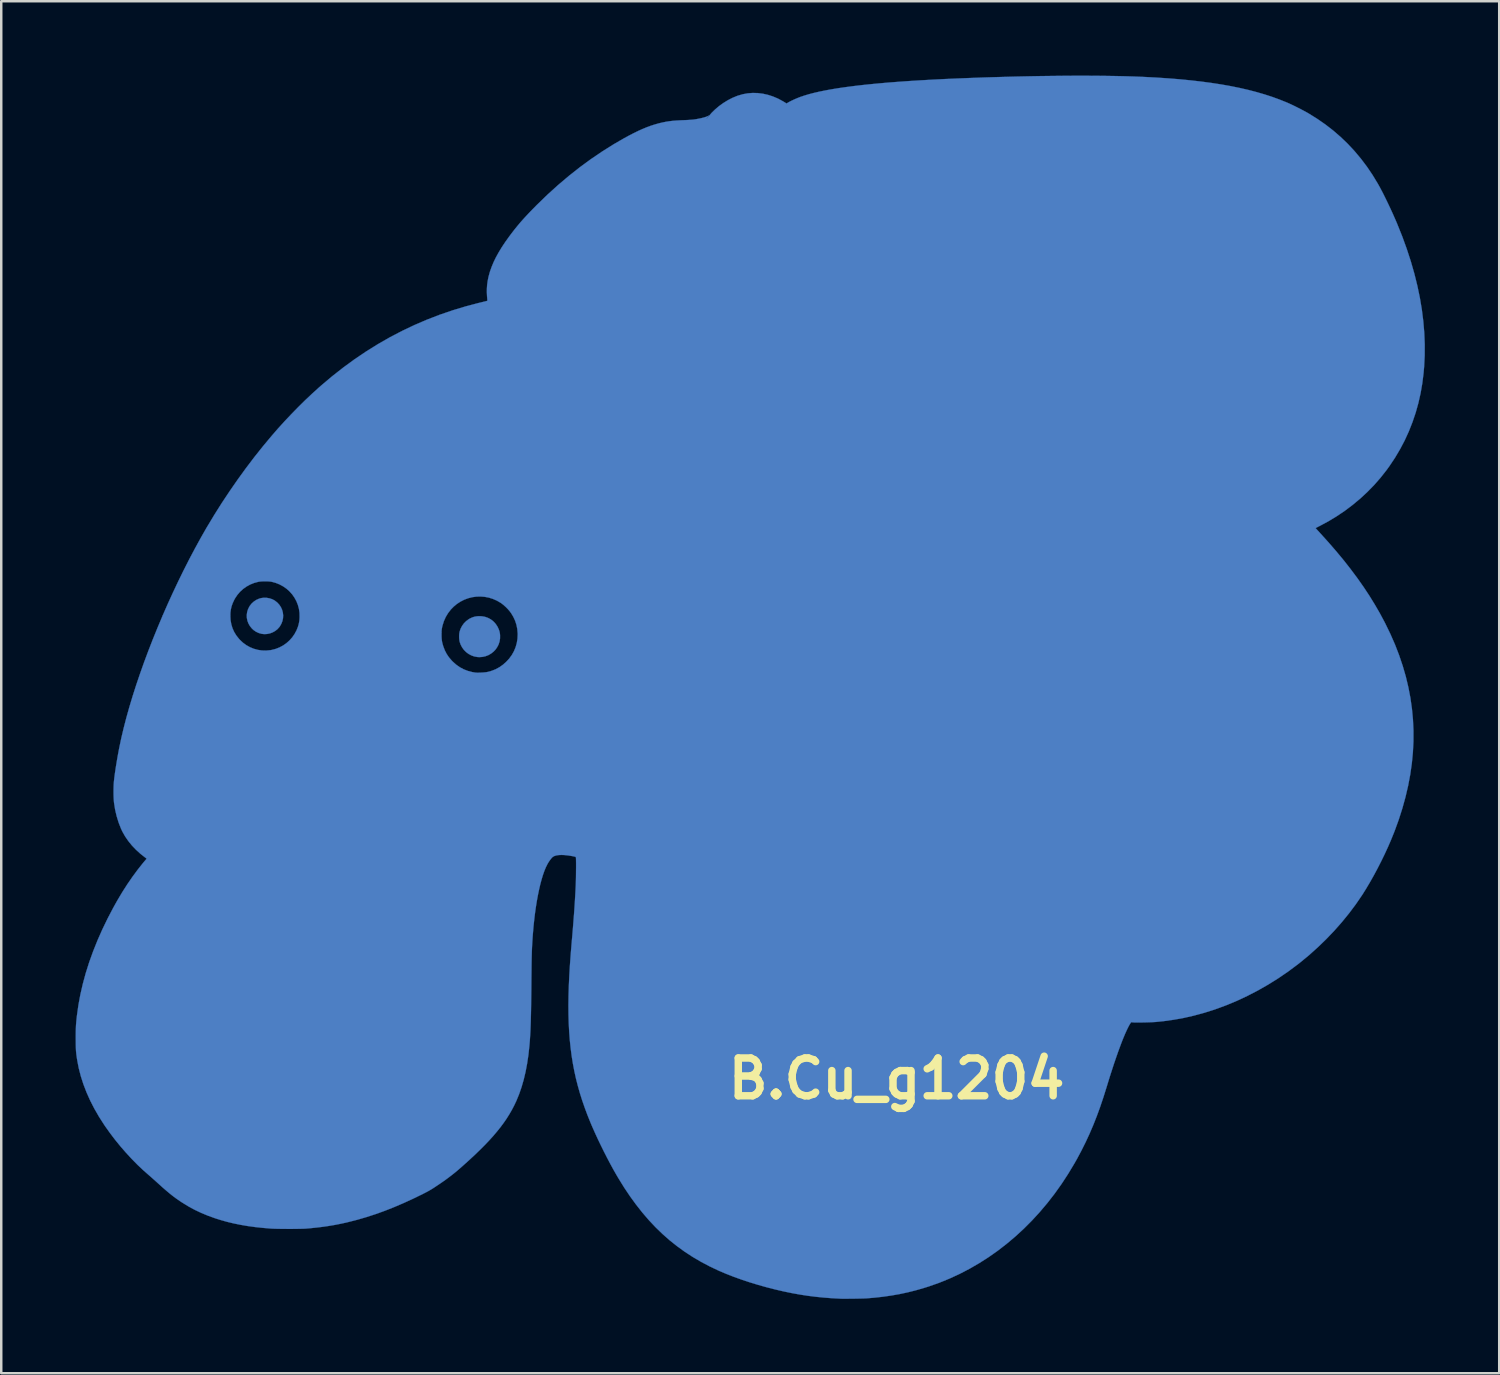
<source format=kicad_pcb>
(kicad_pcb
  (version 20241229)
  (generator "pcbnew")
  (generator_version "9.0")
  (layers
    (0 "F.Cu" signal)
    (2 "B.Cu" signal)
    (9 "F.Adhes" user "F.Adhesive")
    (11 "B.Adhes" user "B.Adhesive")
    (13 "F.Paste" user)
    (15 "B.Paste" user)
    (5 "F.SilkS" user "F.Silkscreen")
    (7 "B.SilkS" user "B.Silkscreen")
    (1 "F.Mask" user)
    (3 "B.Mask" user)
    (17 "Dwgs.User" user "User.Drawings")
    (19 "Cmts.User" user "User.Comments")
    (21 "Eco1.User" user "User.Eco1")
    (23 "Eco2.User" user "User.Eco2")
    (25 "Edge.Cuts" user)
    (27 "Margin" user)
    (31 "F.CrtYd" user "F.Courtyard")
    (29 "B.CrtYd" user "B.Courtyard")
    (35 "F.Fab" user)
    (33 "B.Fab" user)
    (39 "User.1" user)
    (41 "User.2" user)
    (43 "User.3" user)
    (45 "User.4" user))
  (footprint "B.Cu_g1204"
    (layer "F.Cu")
    (at 33.115 40.459)
    (property "Reference" "B.Cu_g1204" (at 0 0 0) (layer "F.SilkS") (effects (font (size 1.524 1.524) (thickness 0.3))))
    (attr through_hole)
    (fp_poly (pts (xy -25.41 -19.396) (xy -25.295 -19.376) (xy -25.185 -19.339) (xy -25.086 -19.288) (xy -25.081 -19.284) (xy -24.983 -19.208) (xy -24.901 -19.12) (xy -24.836 -19.022) (xy -24.788 -18.917) (xy -24.757 -18.806) (xy -24.744 -18.691) (xy -24.749 -18.576) (xy -24.773 -18.461) (xy -24.816 -18.35) (xy -24.877 -18.243) (xy -24.897 -18.216) (xy -24.975 -18.13) (xy -25.067 -18.058) (xy -25.17 -18.001) (xy -25.28 -17.96) (xy -25.395 -17.937) (xy -25.511 -17.932) (xy -25.607 -17.943) (xy -25.727 -17.976) (xy -25.837 -18.027) (xy -25.938 -18.096) (xy -26.007 -18.161) (xy -26.085 -18.258) (xy -26.145 -18.362) (xy -26.186 -18.474) (xy -26.209 -18.589) (xy -26.212 -18.706) (xy -26.196 -18.823) (xy -26.16 -18.938) (xy -26.105 -19.048) (xy -26.086 -19.077) (xy -26.013 -19.168) (xy -25.925 -19.247) (xy -25.824 -19.313) (xy -25.716 -19.361) (xy -25.638 -19.384) (xy -25.525 -19.399) (xy -25.41 -19.396)) (stroke (width 0.01) (type solid)) (fill yes) (layer "B.Cu"))
    (fp_poly (pts (xy -16.73 -18.652) (xy -16.602 -18.629) (xy -16.482 -18.587) (xy -16.371 -18.528) (xy -16.271 -18.452) (xy -16.183 -18.359) (xy -16.109 -18.252) (xy -16.081 -18.198) (xy -16.043 -18.114) (xy -16.018 -18.037) (xy -16.002 -17.957) (xy -15.995 -17.884) (xy -15.996 -17.755) (xy -16.016 -17.632) (xy -16.054 -17.516) (xy -16.109 -17.408) (xy -16.178 -17.309) (xy -16.261 -17.222) (xy -16.356 -17.148) (xy -16.461 -17.087) (xy -16.575 -17.042) (xy -16.696 -17.014) (xy -16.823 -17.004) (xy -16.909 -17.008) (xy -17.035 -17.031) (xy -17.153 -17.073) (xy -17.264 -17.132) (xy -17.364 -17.207) (xy -17.453 -17.296) (xy -17.527 -17.398) (xy -17.586 -17.511) (xy -17.623 -17.618) (xy -17.637 -17.691) (xy -17.645 -17.775) (xy -17.646 -17.864) (xy -17.641 -17.949) (xy -17.629 -18.022) (xy -17.627 -18.029) (xy -17.586 -18.151) (xy -17.526 -18.265) (xy -17.451 -18.369) (xy -17.36 -18.459) (xy -17.258 -18.534) (xy -17.209 -18.562) (xy -17.117 -18.605) (xy -17.03 -18.633) (xy -16.94 -18.649) (xy -16.864 -18.656) (xy -16.73 -18.652)) (stroke (width 0.01) (type solid)) (fill yes) (layer "B.Cu"))
    (fp_poly (pts (xy 8.034 -40.452) (xy 8.436 -40.448) (xy 8.821 -40.442) (xy 9.188 -40.434) (xy 9.535 -40.424) (xy 9.863 -40.411) (xy 9.954 -40.407) (xy 10.459 -40.381) (xy 10.944 -40.349) (xy 11.41 -40.312) (xy 11.857 -40.268) (xy 12.287 -40.219) (xy 12.699 -40.164) (xy 13.094 -40.103) (xy 13.473 -40.036) (xy 13.836 -39.962) (xy 14.185 -39.882) (xy 14.519 -39.795) (xy 14.839 -39.702) (xy 15.147 -39.602) (xy 15.441 -39.495) (xy 15.724 -39.382) (xy 15.805 -39.347) (xy 15.886 -39.31) (xy 15.982 -39.265) (xy 16.087 -39.214) (xy 16.196 -39.159) (xy 16.306 -39.103) (xy 16.412 -39.047) (xy 16.509 -38.995) (xy 16.593 -38.948) (xy 16.621 -38.931) (xy 16.965 -38.717) (xy 17.295 -38.488) (xy 17.611 -38.243) (xy 17.912 -37.982) (xy 18.198 -37.707) (xy 18.47 -37.415) (xy 18.727 -37.109) (xy 18.97 -36.787) (xy 19.198 -36.45) (xy 19.411 -36.098) (xy 19.485 -35.966) (xy 19.549 -35.846) (xy 19.62 -35.71) (xy 19.694 -35.561) (xy 19.772 -35.402) (xy 19.851 -35.237) (xy 19.93 -35.069) (xy 20.007 -34.901) (xy 20.08 -34.736) (xy 20.149 -34.579) (xy 20.195 -34.47) (xy 20.398 -33.963) (xy 20.58 -33.46) (xy 20.742 -32.963) (xy 20.883 -32.471) (xy 21.004 -31.983) (xy 21.105 -31.501) (xy 21.185 -31.024) (xy 21.244 -30.552) (xy 21.283 -30.085) (xy 21.302 -29.623) (xy 21.3 -29.167) (xy 21.277 -28.715) (xy 21.256 -28.469) (xy 21.205 -28.055) (xy 21.135 -27.65) (xy 21.045 -27.252) (xy 20.936 -26.862) (xy 20.807 -26.482) (xy 20.66 -26.109) (xy 20.494 -25.746) (xy 20.308 -25.393) (xy 20.104 -25.048) (xy 19.881 -24.714) (xy 19.766 -24.554) (xy 19.523 -24.245) (xy 19.264 -23.949) (xy 18.989 -23.667) (xy 18.699 -23.398) (xy 18.394 -23.144) (xy 18.077 -22.905) (xy 17.746 -22.682) (xy 17.404 -22.476) (xy 17.074 -22.299) (xy 17.019 -22.271) (xy 16.971 -22.246) (xy 16.934 -22.227) (xy 16.91 -22.213) (xy 16.902 -22.207) (xy 16.908 -22.199) (xy 16.928 -22.177) (xy 16.958 -22.143) (xy 16.996 -22.101) (xy 17.042 -22.051) (xy 17.084 -22.005) (xy 17.421 -21.632) (xy 17.739 -21.265) (xy 18.039 -20.903) (xy 18.32 -20.544) (xy 18.585 -20.189) (xy 18.834 -19.835) (xy 19.067 -19.483) (xy 19.285 -19.129) (xy 19.49 -18.775) (xy 19.681 -18.418) (xy 19.707 -18.367) (xy 19.915 -17.939) (xy 20.103 -17.51) (xy 20.269 -17.08) (xy 20.414 -16.65) (xy 20.539 -16.219) (xy 20.642 -15.786) (xy 20.725 -15.353) (xy 20.786 -14.918) (xy 20.827 -14.481) (xy 20.847 -14.043) (xy 20.846 -13.602) (xy 20.824 -13.16) (xy 20.781 -12.715) (xy 20.717 -12.267) (xy 20.632 -11.817) (xy 20.526 -11.363) (xy 20.4 -10.907) (xy 20.253 -10.447) (xy 20.085 -9.984) (xy 20.052 -9.901) (xy 19.94 -9.625) (xy 19.817 -9.342) (xy 19.684 -9.053) (xy 19.543 -8.764) (xy 19.396 -8.476) (xy 19.245 -8.195) (xy 19.092 -7.924) (xy 18.939 -7.666) (xy 18.788 -7.424) (xy 18.777 -7.408) (xy 18.524 -7.038) (xy 18.251 -6.673) (xy 17.96 -6.316) (xy 17.653 -5.968) (xy 17.33 -5.63) (xy 16.993 -5.304) (xy 16.644 -4.99) (xy 16.283 -4.692) (xy 16.174 -4.606) (xy 15.79 -4.32) (xy 15.395 -4.05) (xy 14.99 -3.797) (xy 14.577 -3.561) (xy 14.156 -3.343) (xy 13.731 -3.143) (xy 13.301 -2.964) (xy 12.868 -2.804) (xy 12.774 -2.772) (xy 12.372 -2.647) (xy 11.975 -2.54) (xy 11.579 -2.45) (xy 11.18 -2.378) (xy 10.774 -2.321) (xy 10.477 -2.29) (xy 10.42 -2.286) (xy 10.349 -2.282) (xy 10.268 -2.278) (xy 10.18 -2.275) (xy 10.087 -2.272) (xy 9.992 -2.27) (xy 9.898 -2.268) (xy 9.808 -2.267) (xy 9.725 -2.266) (xy 9.651 -2.267) (xy 9.588 -2.268) (xy 9.541 -2.27) (xy 9.512 -2.272) (xy 9.507 -2.273) (xy 9.48 -2.279) (xy 9.463 -2.276) (xy 9.449 -2.262) (xy 9.435 -2.241) (xy 9.385 -2.16) (xy 9.332 -2.059) (xy 9.274 -1.938) (xy 9.212 -1.8) (xy 9.146 -1.643) (xy 9.077 -1.47) (xy 9.006 -1.28) (xy 8.931 -1.075) (xy 8.854 -0.855) (xy 8.774 -0.621) (xy 8.693 -0.373) (xy 8.609 -0.113) (xy 8.525 0.158) (xy 8.468 0.345) (xy 8.34 0.752) (xy 8.209 1.141) (xy 8.073 1.513) (xy 7.931 1.872) (xy 7.782 2.22) (xy 7.625 2.559) (xy 7.459 2.892) (xy 7.283 3.222) (xy 7.172 3.418) (xy 6.919 3.839) (xy 6.653 4.246) (xy 6.374 4.638) (xy 6.082 5.014) (xy 5.777 5.375) (xy 5.46 5.721) (xy 5.132 6.05) (xy 4.793 6.362) (xy 4.442 6.658) (xy 4.082 6.937) (xy 3.711 7.198) (xy 3.331 7.441) (xy 2.942 7.666) (xy 2.544 7.873) (xy 2.137 8.061) (xy 1.723 8.23) (xy 1.301 8.379) (xy 1.103 8.441) (xy 0.773 8.536) (xy 0.446 8.618) (xy 0.119 8.688) (xy -0.212 8.746) (xy -0.552 8.795) (xy -0.905 8.834) (xy -1.206 8.859) (xy -1.252 8.861) (xy -1.315 8.864) (xy -1.392 8.866) (xy -1.481 8.868) (xy -1.578 8.87) (xy -1.68 8.872) (xy -1.783 8.873) (xy -1.885 8.874) (xy -1.983 8.875) (xy -2.072 8.875) (xy -2.15 8.875) (xy -2.214 8.875) (xy -2.261 8.873) (xy -2.265 8.873) (xy -2.613 8.854) (xy -2.946 8.828) (xy -3.265 8.796) (xy -3.577 8.757) (xy -3.884 8.71) (xy -4.19 8.655) (xy -4.212 8.651) (xy -4.553 8.581) (xy -4.897 8.501) (xy -5.242 8.413) (xy -5.584 8.317) (xy -5.92 8.215) (xy -6.248 8.106) (xy -6.564 7.993) (xy -6.866 7.875) (xy -7.15 7.755) (xy -7.188 7.738) (xy -7.548 7.567) (xy -7.894 7.384) (xy -8.228 7.188) (xy -8.548 6.979) (xy -8.857 6.755) (xy -9.155 6.518) (xy -9.443 6.264) (xy -9.721 5.995) (xy -9.99 5.709) (xy -10.251 5.406) (xy -10.504 5.085) (xy -10.751 4.746) (xy -10.991 4.388) (xy -11.225 4.009) (xy -11.305 3.873) (xy -11.427 3.659) (xy -11.553 3.428) (xy -11.681 3.185) (xy -11.809 2.934) (xy -11.934 2.68) (xy -12.056 2.426) (xy -12.17 2.177) (xy -12.277 1.937) (xy -12.349 1.767) (xy -12.469 1.469) (xy -12.579 1.174) (xy -12.681 0.88) (xy -12.774 0.586) (xy -12.857 0.292) (xy -12.933 -0.005) (xy -12.999 -0.304) (xy -13.057 -0.608) (xy -13.107 -0.918) (xy -13.148 -1.235) (xy -13.182 -1.56) (xy -13.207 -1.893) (xy -13.225 -2.238) (xy -13.235 -2.594) (xy -13.238 -2.962) (xy -13.233 -3.345) (xy -13.221 -3.743) (xy -13.202 -4.157) (xy -13.176 -4.589) (xy -13.143 -5.04) (xy -13.139 -5.091) (xy -13.135 -5.143) (xy -13.129 -5.214) (xy -13.122 -5.299) (xy -13.114 -5.395) (xy -13.105 -5.499) (xy -13.096 -5.607) (xy -13.086 -5.716) (xy -13.081 -5.773) (xy -13.056 -6.073) (xy -13.034 -6.355) (xy -13.013 -6.621) (xy -12.995 -6.876) (xy -12.979 -7.121) (xy -12.965 -7.36) (xy -12.952 -7.596) (xy -12.942 -7.795) (xy -12.94 -7.861) (xy -12.937 -7.94) (xy -12.935 -8.027) (xy -12.933 -8.122) (xy -12.932 -8.221) (xy -12.931 -8.322) (xy -12.93 -8.422) (xy -12.929 -8.52) (xy -12.929 -8.613) (xy -12.929 -8.698) (xy -12.93 -8.774) (xy -12.931 -8.837) (xy -12.933 -8.886) (xy -12.935 -8.917) (xy -12.936 -8.929) (xy -12.942 -8.938) (xy -12.953 -8.946) (xy -12.974 -8.954) (xy -13.008 -8.962) (xy -13.057 -8.973) (xy -13.089 -8.979) (xy -13.246 -9.004) (xy -13.389 -9.02) (xy -13.517 -9.025) (xy -13.63 -9.02) (xy -13.727 -9.005) (xy -13.807 -8.98) (xy -13.867 -8.946) (xy -13.9 -8.916) (xy -13.939 -8.871) (xy -13.981 -8.815) (xy -14.025 -8.753) (xy -14.065 -8.687) (xy -14.085 -8.653) (xy -14.146 -8.529) (xy -14.206 -8.386) (xy -14.263 -8.224) (xy -14.318 -8.044) (xy -14.371 -7.847) (xy -14.42 -7.636) (xy -14.467 -7.41) (xy -14.511 -7.171) (xy -14.551 -6.92) (xy -14.588 -6.658) (xy -14.62 -6.387) (xy -14.649 -6.107) (xy -14.673 -5.82) (xy -14.684 -5.667) (xy -14.69 -5.579) (xy -14.695 -5.496) (xy -14.7 -5.416) (xy -14.704 -5.337) (xy -14.708 -5.259) (xy -14.711 -5.178) (xy -14.714 -5.094) (xy -14.716 -5.005) (xy -14.719 -4.908) (xy -14.721 -4.803) (xy -14.723 -4.687) (xy -14.725 -4.559) (xy -14.726 -4.417) (xy -14.728 -4.259) (xy -14.73 -4.084) (xy -14.732 -3.889) (xy -14.732 -3.863) (xy -14.734 -3.602) (xy -14.737 -3.361) (xy -14.74 -3.138) (xy -14.743 -2.933) (xy -14.746 -2.743) (xy -14.75 -2.568) (xy -14.754 -2.406) (xy -14.758 -2.255) (xy -14.763 -2.115) (xy -14.768 -1.984) (xy -14.774 -1.861) (xy -14.781 -1.744) (xy -14.788 -1.632) (xy -14.795 -1.524) (xy -14.804 -1.418) (xy -14.812 -1.328) (xy -14.851 -0.961) (xy -14.903 -0.612) (xy -14.966 -0.279) (xy -15.041 0.038) (xy -15.128 0.339) (xy -15.227 0.625) (xy -15.338 0.895) (xy -15.428 1.085) (xy -15.519 1.259) (xy -15.618 1.43) (xy -15.725 1.601) (xy -15.842 1.772) (xy -15.969 1.944) (xy -16.108 2.118) (xy -16.258 2.296) (xy -16.422 2.478) (xy -16.599 2.665) (xy -16.792 2.858) (xy -16.999 3.059) (xy -17.224 3.268) (xy -17.466 3.486) (xy -17.479 3.498) (xy -17.607 3.611) (xy -17.727 3.714) (xy -17.843 3.81) (xy -17.958 3.901) (xy -18.075 3.99) (xy -18.197 4.08) (xy -18.329 4.173) (xy -18.473 4.271) (xy -18.603 4.358) (xy -18.686 4.413) (xy -18.763 4.461) (xy -18.838 4.505) (xy -18.918 4.55) (xy -19.006 4.596) (xy -19.108 4.648) (xy -19.111 4.65) (xy -19.511 4.845) (xy -19.901 5.023) (xy -20.282 5.186) (xy -20.657 5.334) (xy -21.026 5.466) (xy -21.392 5.585) (xy -21.757 5.691) (xy -22.122 5.784) (xy -22.204 5.804) (xy -22.435 5.854) (xy -22.664 5.899) (xy -22.895 5.938) (xy -23.132 5.973) (xy -23.38 6.003) (xy -23.641 6.03) (xy -23.807 6.045) (xy -23.862 6.049) (xy -23.936 6.052) (xy -24.025 6.054) (xy -24.126 6.056) (xy -24.238 6.058) (xy -24.356 6.059) (xy -24.478 6.059) (xy -24.601 6.059) (xy -24.723 6.058) (xy -24.841 6.057) (xy -24.951 6.055) (xy -25.05 6.053) (xy -25.137 6.05) (xy -25.208 6.047) (xy -25.236 6.045) (xy -25.568 6.017) (xy -25.883 5.983) (xy -26.182 5.942) (xy -26.467 5.893) (xy -26.741 5.837) (xy -27.007 5.773) (xy -27.266 5.7) (xy -27.485 5.631) (xy -27.775 5.527) (xy -28.049 5.413) (xy -28.311 5.289) (xy -28.564 5.152) (xy -28.813 4.999) (xy -28.887 4.951) (xy -28.976 4.89) (xy -29.062 4.83) (xy -29.145 4.769) (xy -29.227 4.706) (xy -29.312 4.638) (xy -29.401 4.564) (xy -29.497 4.482) (xy -29.602 4.391) (xy -29.717 4.287) (xy -29.829 4.186) (xy -29.893 4.128) (xy -29.958 4.07) (xy -30.021 4.014) (xy -30.078 3.963) (xy -30.126 3.921) (xy -30.152 3.899) (xy -30.384 3.695) (xy -30.619 3.473) (xy -30.852 3.236) (xy -31.082 2.987) (xy -31.307 2.728) (xy -31.523 2.463) (xy -31.728 2.193) (xy -31.921 1.923) (xy -31.961 1.863) (xy -32.172 1.534) (xy -32.361 1.206) (xy -32.529 0.878) (xy -32.675 0.551) (xy -32.801 0.223) (xy -32.906 -0.104) (xy -32.99 -0.431) (xy -33.045 -0.714) (xy -33.061 -0.809) (xy -33.073 -0.893) (xy -33.084 -0.971) (xy -33.092 -1.045) (xy -33.099 -1.118) (xy -33.103 -1.195) (xy -33.106 -1.279) (xy -33.108 -1.373) (xy -33.109 -1.481) (xy -33.11 -1.606) (xy -33.11 -1.625) (xy -33.11 -1.753) (xy -33.109 -1.864) (xy -33.107 -1.961) (xy -33.104 -2.05) (xy -33.101 -2.132) (xy -33.095 -2.214) (xy -33.088 -2.297) (xy -33.079 -2.387) (xy -33.068 -2.486) (xy -33.062 -2.545) (xy -33.003 -2.966) (xy -32.924 -3.392) (xy -32.825 -3.822) (xy -32.707 -4.256) (xy -32.569 -4.693) (xy -32.411 -5.132) (xy -32.235 -5.573) (xy -32.039 -6.016) (xy -31.825 -6.459) (xy -31.593 -6.902) (xy -31.425 -7.202) (xy -31.232 -7.526) (xy -31.031 -7.84) (xy -30.824 -8.141) (xy -30.613 -8.427) (xy -30.4 -8.696) (xy -30.262 -8.859) (xy -30.257 -8.869) (xy -30.26 -8.879) (xy -30.276 -8.895) (xy -30.305 -8.918) (xy -30.319 -8.928) (xy -30.509 -9.078) (xy -30.685 -9.239) (xy -30.846 -9.408) (xy -30.99 -9.586) (xy -31.117 -9.77) (xy -31.224 -9.958) (xy -31.282 -10.081) (xy -31.38 -10.329) (xy -31.46 -10.588) (xy -31.522 -10.854) (xy -31.565 -11.126) (xy -31.566 -11.134) (xy -31.573 -11.21) (xy -31.579 -11.303) (xy -31.583 -11.407) (xy -31.585 -11.519) (xy -31.585 -11.632) (xy -31.583 -11.742) (xy -31.58 -11.846) (xy -31.574 -11.936) (xy -31.572 -11.97) (xy -31.556 -12.116) (xy -31.535 -12.281) (xy -31.509 -12.461) (xy -31.479 -12.653) (xy -31.445 -12.857) (xy -31.408 -13.068) (xy -31.367 -13.284) (xy -31.352 -13.361) (xy -31.27 -13.75) (xy -31.174 -14.153) (xy -31.066 -14.57) (xy -30.946 -14.997) (xy -30.814 -15.435) (xy -30.671 -15.882) (xy -30.517 -16.335) (xy -30.354 -16.795) (xy -30.181 -17.258) (xy -30 -17.724) (xy -29.81 -18.192) (xy -29.613 -18.659) (xy -29.607 -18.674) (xy -26.874 -18.674) (xy -26.865 -18.499) (xy -26.836 -18.331) (xy -26.788 -18.171) (xy -26.72 -18.019) (xy -26.632 -17.876) (xy -26.525 -17.741) (xy -26.492 -17.704) (xy -26.366 -17.586) (xy -26.229 -17.486) (xy -26.082 -17.404) (xy -25.928 -17.341) (xy -25.768 -17.297) (xy -25.602 -17.272) (xy -25.433 -17.268) (xy -25.262 -17.284) (xy -25.209 -17.293) (xy -25.046 -17.335) (xy -24.891 -17.396) (xy -24.745 -17.474) (xy -24.61 -17.569) (xy -24.487 -17.679) (xy -24.377 -17.802) (xy -24.297 -17.918) (xy -18.355 -17.918) (xy -18.354 -17.818) (xy -18.349 -17.733) (xy -18.34 -17.655) (xy -18.325 -17.579) (xy -18.303 -17.498) (xy -18.282 -17.43) (xy -18.223 -17.276) (xy -18.149 -17.133) (xy -18.057 -16.997) (xy -17.946 -16.867) (xy -17.902 -16.822) (xy -17.767 -16.701) (xy -17.621 -16.598) (xy -17.465 -16.514) (xy -17.299 -16.449) (xy -17.123 -16.402) (xy -16.986 -16.379) (xy -16.941 -16.376) (xy -16.88 -16.375) (xy -16.809 -16.377) (xy -16.733 -16.38) (xy -16.658 -16.385) (xy -16.589 -16.392) (xy -16.532 -16.399) (xy -16.508 -16.404) (xy -16.334 -16.451) (xy -16.171 -16.515) (xy -16.018 -16.599) (xy -15.874 -16.701) (xy -15.75 -16.811) (xy -15.626 -16.944) (xy -15.521 -17.089) (xy -15.435 -17.242) (xy -15.368 -17.404) (xy -15.32 -17.573) (xy -15.292 -17.748) (xy -15.284 -17.928) (xy -15.285 -17.965) (xy -15.301 -18.143) (xy -15.335 -18.311) (xy -15.387 -18.471) (xy -15.459 -18.626) (xy -15.544 -18.769) (xy -15.607 -18.855) (xy -15.684 -18.944) (xy -15.771 -19.031) (xy -15.86 -19.111) (xy -15.948 -19.179) (xy -15.968 -19.192) (xy -16.122 -19.282) (xy -16.282 -19.352) (xy -16.447 -19.404) (xy -16.615 -19.436) (xy -16.784 -19.449) (xy -16.952 -19.444) (xy -17.119 -19.421) (xy -17.283 -19.379) (xy -17.441 -19.32) (xy -17.593 -19.242) (xy -17.737 -19.148) (xy -17.871 -19.036) (xy -17.984 -18.919) (xy -18.094 -18.775) (xy -18.186 -18.622) (xy -18.26 -18.457) (xy -18.315 -18.282) (xy -18.332 -18.211) (xy -18.341 -18.162) (xy -18.348 -18.115) (xy -18.352 -18.063) (xy -18.355 -18.002) (xy -18.355 -17.926) (xy -18.355 -17.918) (xy -24.297 -17.918) (xy -24.282 -17.938) (xy -24.204 -18.085) (xy -24.147 -18.23) (xy -24.119 -18.326) (xy -24.1 -18.417) (xy -24.087 -18.512) (xy -24.081 -18.616) (xy -24.084 -18.786) (xy -24.107 -18.951) (xy -24.15 -19.109) (xy -24.21 -19.26) (xy -24.287 -19.402) (xy -24.379 -19.534) (xy -24.487 -19.655) (xy -24.608 -19.763) (xy -24.743 -19.857) (xy -24.889 -19.936) (xy -25.046 -19.999) (xy -25.199 -20.041) (xy -25.263 -20.051) (xy -25.341 -20.058) (xy -25.429 -20.061) (xy -25.519 -20.061) (xy -25.607 -20.058) (xy -25.686 -20.051) (xy -25.749 -20.041) (xy -25.918 -19.995) (xy -26.077 -19.931) (xy -26.225 -19.849) (xy -26.362 -19.751) (xy -26.485 -19.638) (xy -26.593 -19.511) (xy -26.687 -19.37) (xy -26.72 -19.308) (xy -26.78 -19.179) (xy -26.824 -19.055) (xy -26.853 -18.931) (xy -26.87 -18.801) (xy -26.874 -18.674) (xy -29.607 -18.674) (xy -29.41 -19.125) (xy -29.199 -19.588) (xy -28.983 -20.046) (xy -28.762 -20.498) (xy -28.536 -20.943) (xy -28.306 -21.378) (xy -28.073 -21.803) (xy -27.837 -22.217) (xy -27.804 -22.272) (xy -27.515 -22.752) (xy -27.213 -23.23) (xy -26.898 -23.704) (xy -26.574 -24.171) (xy -26.242 -24.629) (xy -25.903 -25.076) (xy -25.559 -25.508) (xy -25.213 -25.923) (xy -24.946 -26.231) (xy -24.683 -26.52) (xy -24.411 -26.808) (xy -24.134 -27.092) (xy -23.855 -27.367) (xy -23.576 -27.63) (xy -23.302 -27.879) (xy -23.214 -27.956) (xy -22.771 -28.33) (xy -22.32 -28.684) (xy -21.862 -29.019) (xy -21.395 -29.334) (xy -20.921 -29.629) (xy -20.439 -29.905) (xy -19.948 -30.161) (xy -19.449 -30.399) (xy -18.942 -30.616) (xy -18.426 -30.815) (xy -17.902 -30.994) (xy -17.368 -31.155) (xy -16.873 -31.285) (xy -16.794 -31.304) (xy -16.721 -31.322) (xy -16.656 -31.338) (xy -16.602 -31.351) (xy -16.562 -31.361) (xy -16.539 -31.367) (xy -16.536 -31.367) (xy -16.513 -31.378) (xy -16.507 -31.396) (xy -16.507 -31.396) (xy -16.521 -31.569) (xy -16.528 -31.727) (xy -16.526 -31.873) (xy -16.517 -32.012) (xy -16.499 -32.149) (xy -16.473 -32.287) (xy -16.456 -32.362) (xy -16.404 -32.55) (xy -16.337 -32.74) (xy -16.257 -32.933) (xy -16.162 -33.129) (xy -16.05 -33.332) (xy -15.923 -33.541) (xy -15.779 -33.757) (xy -15.617 -33.983) (xy -15.579 -34.034) (xy -15.476 -34.169) (xy -15.375 -34.298) (xy -15.273 -34.422) (xy -15.169 -34.546) (xy -15.059 -34.67) (xy -14.943 -34.797) (xy -14.817 -34.93) (xy -14.68 -35.072) (xy -14.53 -35.224) (xy -14.505 -35.249) (xy -14.084 -35.657) (xy -13.656 -36.045) (xy -13.221 -36.413) (xy -12.78 -36.761) (xy -12.331 -37.09) (xy -11.875 -37.4) (xy -11.411 -37.691) (xy -11.012 -37.922) (xy -10.805 -38.035) (xy -10.612 -38.135) (xy -10.431 -38.224) (xy -10.258 -38.302) (xy -10.092 -38.371) (xy -9.931 -38.431) (xy -9.771 -38.483) (xy -9.61 -38.529) (xy -9.551 -38.544) (xy -9.425 -38.573) (xy -9.3 -38.598) (xy -9.174 -38.618) (xy -9.041 -38.634) (xy -8.898 -38.646) (xy -8.741 -38.655) (xy -8.607 -38.661) (xy -8.523 -38.664) (xy -8.437 -38.668) (xy -8.356 -38.673) (xy -8.283 -38.678) (xy -8.224 -38.683) (xy -8.187 -38.687) (xy -8.086 -38.702) (xy -7.985 -38.721) (xy -7.89 -38.741) (xy -7.802 -38.762) (xy -7.725 -38.784) (xy -7.663 -38.806) (xy -7.617 -38.827) (xy -7.611 -38.83) (xy -7.576 -38.852) (xy -7.625 -38.783) (xy -7.648 -38.751) (xy -7.663 -38.727) (xy -7.67 -38.715) (xy -7.669 -38.714) (xy -7.661 -38.722) (xy -7.643 -38.743) (xy -7.617 -38.774) (xy -7.592 -38.806) (xy -7.464 -38.955) (xy -7.319 -39.097) (xy -7.16 -39.231) (xy -6.989 -39.354) (xy -6.811 -39.464) (xy -6.628 -39.559) (xy -6.443 -39.636) (xy -6.398 -39.652) (xy -6.2 -39.709) (xy -6 -39.745) (xy -5.798 -39.76) (xy -5.594 -39.754) (xy -5.39 -39.728) (xy -5.186 -39.682) (xy -4.983 -39.616) (xy -4.781 -39.53) (xy -4.583 -39.423) (xy -4.498 -39.372) (xy -4.441 -39.335) (xy -4.403 -39.358) (xy -4.321 -39.405) (xy -4.223 -39.454) (xy -4.116 -39.504) (xy -4.003 -39.552) (xy -3.891 -39.596) (xy -3.884 -39.599) (xy -3.718 -39.655) (xy -3.534 -39.71) (xy -3.333 -39.762) (xy -3.113 -39.813) (xy -2.876 -39.861) (xy -2.62 -39.908) (xy -2.345 -39.953) (xy -2.052 -39.995) (xy -1.74 -40.036) (xy -1.409 -40.075) (xy -1.059 -40.112) (xy -0.69 -40.147) (xy -0.301 -40.181) (xy 0.108 -40.212) (xy 0.536 -40.242) (xy 0.984 -40.27) (xy 1.453 -40.296) (xy 1.942 -40.321) (xy 2.452 -40.343) (xy 2.982 -40.364) (xy 3.533 -40.384) (xy 3.768 -40.391) (xy 4.289 -40.406) (xy 4.8 -40.42) (xy 5.301 -40.431) (xy 5.79 -40.44) (xy 6.267 -40.446) (xy 6.731 -40.451) (xy 7.18 -40.454) (xy 7.615 -40.454) (xy 8.034 -40.452)) (stroke (width 0.01) (type solid)) (fill yes) (layer "B.Cu")))
  (gr_rect
    (start -3 -3)
    (end 57.421 52.339)
    (stroke (width 0.1) (type default))
    (fill no)
    (layer "Edge.Cuts")))
</source>
